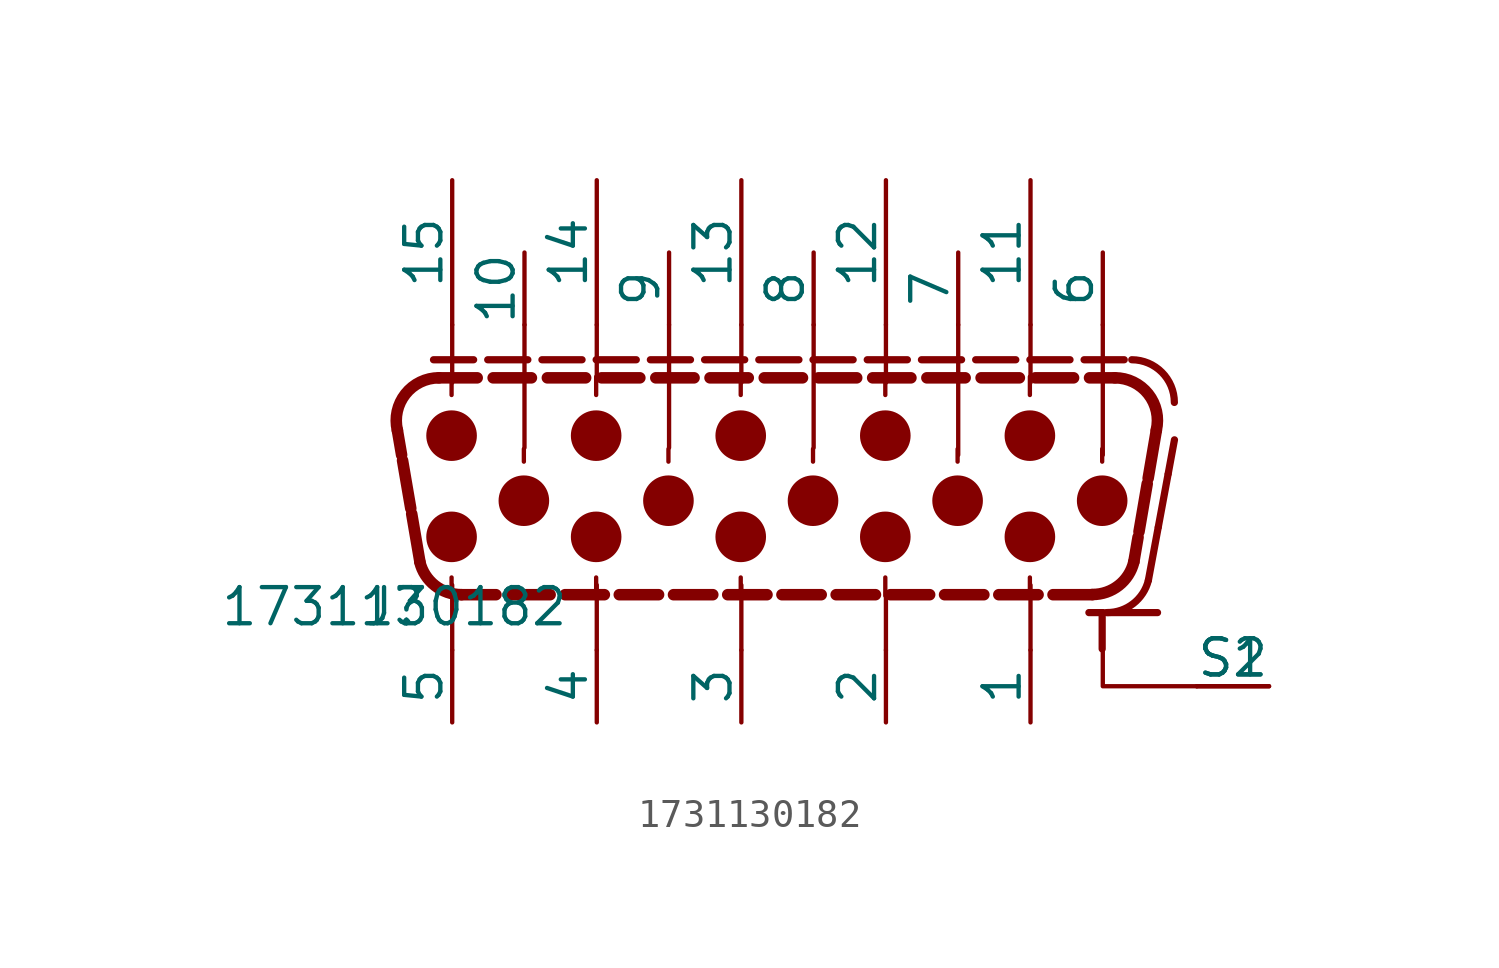
<source format=kicad_sym>
(kicad_symbol_lib
  (version 20231120)
  (generator "kicad_symbol_editor")
  (generator_version "8.0")
  (symbol "1731130182"
    (pin_numbers hide)
    (pin_names
      (offset 0))
    (property "Reference" "J"
      (at 0 0 0)
      (effects (font (size 1.27 1.27))))
    (property "Value" "1731130182"
      (at 0 0 0)
      (effects (font (size 1.27 1.27))))
    (symbol "1731130182_0_0"
      (polyline (pts (xy 0.254 5.334) (xy 0.106 6.199)) (stroke (width 0.406) (type default)) (fill (type none)))
      (polyline (pts (xy 0.576 3.456) (xy 0.287 5.14)) (stroke (width 0.406) (type default)) (fill (type none)))
      (polyline (pts (xy 0.897 1.579) (xy 0.609 3.263)) (stroke (width 0.406) (type default)) (fill (type none)))
      (polyline (pts (xy 1.375 8.678) (xy 2.785 8.678)) (stroke (width 0.254) (type default)) (fill (type none)))
      (polyline (pts (xy 1.566 8.043) (xy 2.91 8.043)) (stroke (width 0.406) (type default)) (fill (type none)))
      (polyline (pts (xy 2.01 0.384) (xy 2.01 1.028)) (stroke (width 0.152) (type default)) (fill (type none)))
      (polyline (pts (xy 2.01 2.288) (xy 2.01 1.663)) (stroke (width 0.152) (type default)) (fill (type none)))
      (polyline (pts (xy 2.01 6.178) (xy 2.01 6.803)) (stroke (width 0.152) (type default)) (fill (type none)))
      (polyline (pts (xy 2.01 8.084) (xy 2.01 7.439)) (stroke (width 0.152) (type default)) (fill (type none)))
      (polyline (pts (xy 3.28 8.678) (xy 4.69 8.678)) (stroke (width 0.254) (type default)) (fill (type none)))
      (polyline (pts (xy 3.471 8.043) (xy 4.815 8.043)) (stroke (width 0.406) (type default)) (fill (type none)))
      (polyline (pts (xy 3.568 0.423) (xy 2.357 0.423)) (stroke (width 0.406) (type default)) (fill (type none)))
      (polyline (pts (xy 4.55 3.639) (xy 4.55 4.463)) (stroke (width 0.152) (type default)) (fill (type none)))
      (polyline (pts (xy 4.55 5.543) (xy 4.55 5.098)) (stroke (width 0.152) (type default)) (fill (type none)))
      (polyline (pts (xy 5.185 8.678) (xy 6.595 8.678)) (stroke (width 0.254) (type default)) (fill (type none)))
      (polyline (pts (xy 5.376 8.043) (xy 6.72 8.043)) (stroke (width 0.406) (type default)) (fill (type none)))
      (polyline (pts (xy 5.473 0.423) (xy 4.093 0.423)) (stroke (width 0.406) (type default)) (fill (type none)))
      (polyline (pts (xy 7.09 0.384) (xy 7.09 1.028)) (stroke (width 0.152) (type default)) (fill (type none)))
      (polyline (pts (xy 7.09 2.288) (xy 7.09 1.663)) (stroke (width 0.152) (type default)) (fill (type none)))
      (polyline (pts (xy 7.09 6.178) (xy 7.09 6.803)) (stroke (width 0.152) (type default)) (fill (type none)))
      (polyline (pts (xy 7.09 8.084) (xy 7.09 7.439)) (stroke (width 0.152) (type default)) (fill (type none)))
      (polyline (pts (xy 7.09 8.678) (xy 8.5 8.678)) (stroke (width 0.254) (type default)) (fill (type none)))
      (polyline (pts (xy 7.281 8.043) (xy 8.625 8.043)) (stroke (width 0.406) (type default)) (fill (type none)))
      (polyline (pts (xy 7.378 0.423) (xy 5.998 0.423)) (stroke (width 0.406) (type default)) (fill (type none)))
      (polyline (pts (xy 8.995 8.678) (xy 10.405 8.678)) (stroke (width 0.254) (type default)) (fill (type none)))
      (polyline (pts (xy 9.186 8.043) (xy 10.53 8.043)) (stroke (width 0.406) (type default)) (fill (type none)))
      (polyline (pts (xy 9.283 0.423) (xy 7.903 0.423)) (stroke (width 0.406) (type default)) (fill (type none)))
      (polyline (pts (xy 9.63 3.639) (xy 9.63 4.463)) (stroke (width 0.152) (type default)) (fill (type none)))
      (polyline (pts (xy 9.63 5.543) (xy 9.63 5.098)) (stroke (width 0.152) (type default)) (fill (type none)))
      (polyline (pts (xy 10.9 8.678) (xy 12.31 8.678)) (stroke (width 0.254) (type default)) (fill (type none)))
      (polyline (pts (xy 11.091 8.043) (xy 12.435 8.043)) (stroke (width 0.406) (type default)) (fill (type none)))
      (polyline (pts (xy 11.188 0.423) (xy 9.808 0.423)) (stroke (width 0.406) (type default)) (fill (type none)))
      (polyline (pts (xy 12.17 0.384) (xy 12.17 1.028)) (stroke (width 0.152) (type default)) (fill (type none)))
      (polyline (pts (xy 12.17 2.288) (xy 12.17 1.663)) (stroke (width 0.152) (type default)) (fill (type none)))
      (polyline (pts (xy 12.17 6.178) (xy 12.17 6.803)) (stroke (width 0.152) (type default)) (fill (type none)))
      (polyline (pts (xy 12.17 8.084) (xy 12.17 7.439)) (stroke (width 0.152) (type default)) (fill (type none)))
      (polyline (pts (xy 12.805 8.678) (xy 14.215 8.678)) (stroke (width 0.254) (type default)) (fill (type none)))
      (polyline (pts (xy 12.996 8.043) (xy 14.34 8.043)) (stroke (width 0.406) (type default)) (fill (type none)))
      (polyline (pts (xy 13.093 0.423) (xy 11.713 0.423)) (stroke (width 0.406) (type default)) (fill (type none)))
      (polyline (pts (xy 14.71 3.639) (xy 14.71 4.463)) (stroke (width 0.152) (type default)) (fill (type none)))
      (polyline (pts (xy 14.71 5.543) (xy 14.71 5.098)) (stroke (width 0.152) (type default)) (fill (type none)))
      (polyline (pts (xy 14.71 8.678) (xy 16.12 8.678)) (stroke (width 0.254) (type default)) (fill (type none)))
      (polyline (pts (xy 14.901 8.043) (xy 16.245 8.043)) (stroke (width 0.406) (type default)) (fill (type none)))
      (polyline (pts (xy 14.998 0.423) (xy 13.618 0.423)) (stroke (width 0.406) (type default)) (fill (type none)))
      (polyline (pts (xy 16.615 8.678) (xy 18.025 8.678)) (stroke (width 0.254) (type default)) (fill (type none)))
      (polyline (pts (xy 16.806 8.043) (xy 18.15 8.043)) (stroke (width 0.406) (type default)) (fill (type none)))
      (polyline (pts (xy 16.903 0.423) (xy 15.523 0.423)) (stroke (width 0.406) (type default)) (fill (type none)))
      (polyline (pts (xy 17.25 0.384) (xy 17.25 1.028)) (stroke (width 0.152) (type default)) (fill (type none)))
      (polyline (pts (xy 17.25 2.288) (xy 17.25 1.663)) (stroke (width 0.152) (type default)) (fill (type none)))
      (polyline (pts (xy 17.25 6.178) (xy 17.25 6.803)) (stroke (width 0.152) (type default)) (fill (type none)))
      (polyline (pts (xy 17.25 8.084) (xy 17.25 7.439)) (stroke (width 0.152) (type default)) (fill (type none)))
      (polyline (pts (xy 18.52 8.678) (xy 19.93 8.678)) (stroke (width 0.254) (type default)) (fill (type none)))
      (polyline (pts (xy 18.711 8.043) (xy 20.055 8.043)) (stroke (width 0.406) (type default)) (fill (type none)))
      (polyline (pts (xy 18.808 0.423) (xy 17.428 0.423)) (stroke (width 0.406) (type default)) (fill (type none)))
      (polyline (pts (xy 19.79 3.639) (xy 19.79 4.463)) (stroke (width 0.152) (type default)) (fill (type none)))
      (polyline (pts (xy 19.79 5.543) (xy 19.79 5.098)) (stroke (width 0.152) (type default)) (fill (type none)))
      (polyline (pts (xy 20.425 8.678) (xy 21.835 8.678)) (stroke (width 0.254) (type default)) (fill (type none)))
      (polyline (pts (xy 20.616 8.043) (xy 21.96 8.043)) (stroke (width 0.406) (type default)) (fill (type none)))
      (polyline (pts (xy 20.713 0.423) (xy 19.333 0.423)) (stroke (width 0.406) (type default)) (fill (type none)))
      (polyline (pts (xy 22.33 0.384) (xy 22.33 1.028)) (stroke (width 0.152) (type default)) (fill (type none)))
      (polyline (pts (xy 22.33 2.288) (xy 22.33 1.663)) (stroke (width 0.152) (type default)) (fill (type none)))
      (polyline (pts (xy 22.33 6.178) (xy 22.33 6.803)) (stroke (width 0.152) (type default)) (fill (type none)))
      (polyline (pts (xy 22.33 8.084) (xy 22.33 7.439)) (stroke (width 0.152) (type default)) (fill (type none)))
      (polyline (pts (xy 22.33 8.678) (xy 23.74 8.678)) (stroke (width 0.254) (type default)) (fill (type none)))
      (polyline (pts (xy 22.521 8.043) (xy 23.865 8.043)) (stroke (width 0.406) (type default)) (fill (type none)))
      (polyline (pts (xy 22.618 0.423) (xy 21.238 0.423)) (stroke (width 0.406) (type default)) (fill (type none)))
      (polyline (pts (xy 24.235 8.678) (xy 25.645 8.678)) (stroke (width 0.254) (type default)) (fill (type none)))
      (polyline (pts (xy 24.426 8.043) (xy 25.314 8.043)) (stroke (width 0.406) (type default)) (fill (type none)))
      (polyline (pts (xy 24.523 0.423) (xy 23.143 0.423)) (stroke (width 0.406) (type default)) (fill (type none)))
      (polyline (pts (xy 24.87 -0.211) (xy 24.87 -1.482)) (stroke (width 0.254) (type default)) (fill (type none)))
      (polyline (pts (xy 24.87 3.639) (xy 24.87 4.463)) (stroke (width 0.152) (type default)) (fill (type none)))
      (polyline (pts (xy 24.87 5.543) (xy 24.87 5.098)) (stroke (width 0.152) (type default)) (fill (type none)))
      (polyline (pts (xy 24.91 -0.206) (xy 24.404 -0.206)) (stroke (width 0.254) (type default)) (fill (type none)))
      (polyline (pts (xy 26.131 2.443) (xy 25.983 1.579)) (stroke (width 0.406) (type default)) (fill (type none)))
      (polyline (pts (xy 26.453 4.321) (xy 26.164 2.637)) (stroke (width 0.406) (type default)) (fill (type none)))
      (polyline (pts (xy 26.494 0.93) (xy 26.836 2.772)) (stroke (width 0.254) (type default)) (fill (type none)))
      (polyline (pts (xy 26.774 6.199) (xy 26.486 4.515)) (stroke (width 0.406) (type default)) (fill (type none)))
      (polyline (pts (xy 26.815 -0.206) (xy 25.039 -0.206)) (stroke (width 0.254) (type default)) (fill (type none)))
      (polyline (pts (xy 26.842 2.803) (xy 27.184 4.645)) (stroke (width 0.254) (type default)) (fill (type none)))
      (polyline (pts (xy 27.19 4.676) (xy 27.41 5.864)) (stroke (width 0.254) (type default)) (fill (type none)))
      (arc (start 0.8972 1.5787) (mid 1.4262 0.7473) (end 2.357 0.4235) (stroke (width 0.4064) (type default)) (fill (type none)))
      (arc (start 1.5657 8.0435) (mid 0.3895 7.4743) (end 0.1059 6.1987) (stroke (width 0.4064) (type default)) (fill (type none)))
      (arc (start 24.5231 0.4235) (mid 25.4539 0.7472) (end 25.983 1.5787) (stroke (width 0.4064) (type default)) (fill (type none)))
      (arc (start 25.0389 -0.2065) (mid 25.9626 0.1107) (end 26.4941 0.9297) (stroke (width 0.254) (type default)) (fill (type none)))
      (arc (start 26.7743 6.1987) (mid 26.4907 7.4744) (end 25.3145 8.0435) (stroke (width 0.4064) (type default)) (fill (type none)))
      (arc (start 27.4101 7.1785) (mid 26.9708 8.2392) (end 25.9101 8.6785) (stroke (width 0.254) (type default)) (fill (type none))))
    (symbol "1731130182_1_0"
      (polyline (pts (xy 2.032 0.762) (xy 2.032 -1.524)) (stroke (width 0) (type default)) (fill (type none)))
      (polyline (pts (xy 2.032 7.874) (xy 2.032 9.906)) (stroke (width 0) (type default)) (fill (type none)))
      (polyline (pts (xy 4.572 5.588) (xy 4.572 9.906)) (stroke (width 0) (type default)) (fill (type none)))
      (polyline (pts (xy 7.112 0.762) (xy 7.112 -1.524)) (stroke (width 0) (type default)) (fill (type none)))
      (polyline (pts (xy 7.112 8.128) (xy 7.112 9.906)) (stroke (width 0) (type default)) (fill (type none)))
      (polyline (pts (xy 9.652 5.588) (xy 9.652 9.906)) (stroke (width 0) (type default)) (fill (type none)))
      (polyline (pts (xy 12.192 0.762) (xy 12.192 -1.524)) (stroke (width 0) (type default)) (fill (type none)))
      (polyline (pts (xy 12.192 7.874) (xy 12.192 9.906)) (stroke (width 0) (type default)) (fill (type none)))
      (polyline (pts (xy 14.732 5.588) (xy 14.732 9.906)) (stroke (width 0) (type default)) (fill (type none)))
      (polyline (pts (xy 17.272 0.508) (xy 17.272 -1.524)) (stroke (width 0) (type default)) (fill (type none)))
      (polyline (pts (xy 17.272 7.874) (xy 17.272 9.906)) (stroke (width 0) (type default)) (fill (type none)))
      (polyline (pts (xy 19.812 5.334) (xy 19.812 9.906)) (stroke (width 0) (type default)) (fill (type none)))
      (polyline (pts (xy 22.352 0.762) (xy 22.352 -1.524)) (stroke (width 0) (type default)) (fill (type none)))
      (polyline (pts (xy 22.352 7.874) (xy 22.352 9.906)) (stroke (width 0) (type default)) (fill (type none)))
      (polyline (pts (xy 24.892 5.334) (xy 24.892 9.906)) (stroke (width 0) (type default)) (fill (type none)))
      (polyline (pts (xy 24.892 -1.27) (xy 24.892 -2.794) (xy 28.194 -2.794)) (stroke (width 0) (type default)) (fill (type none)))
      (circle (center 2.01 2.455) (radius 0.762) (stroke (width 0.254) (type default)) (fill (type outline)))
      (circle (center 2.01 6.011) (radius 0.762) (stroke (width 0.254) (type default)) (fill (type outline)))
      (circle (center 4.55 3.725) (radius 0.762) (stroke (width 0.254) (type default)) (fill (type outline)))
      (circle (center 7.09 2.455) (radius 0.762) (stroke (width 0.254) (type default)) (fill (type outline)))
      (circle (center 7.09 6.011) (radius 0.762) (stroke (width 0.254) (type default)) (fill (type outline)))
      (circle (center 9.63 3.725) (radius 0.762) (stroke (width 0.254) (type default)) (fill (type outline)))
      (circle (center 12.17 2.455) (radius 0.762) (stroke (width 0.254) (type default)) (fill (type outline)))
      (circle (center 12.17 6.011) (radius 0.762) (stroke (width 0.254) (type default)) (fill (type outline)))
      (circle (center 14.71 3.725) (radius 0.762) (stroke (width 0.254) (type default)) (fill (type outline)))
      (circle (center 17.25 2.455) (radius 0.762) (stroke (width 0.254) (type default)) (fill (type outline)))
      (circle (center 17.25 6.011) (radius 0.762) (stroke (width 0.254) (type default)) (fill (type outline)))
      (circle (center 19.79 3.725) (radius 0.762) (stroke (width 0.254) (type default)) (fill (type outline)))
      (circle (center 22.33 2.455) (radius 0.762) (stroke (width 0.254) (type default)) (fill (type outline)))
      (circle (center 22.33 6.011) (radius 0.762) (stroke (width 0.254) (type default)) (fill (type outline)))
      (circle (center 24.87 3.725) (radius 0.762) (stroke (width 0.254) (type default)) (fill (type outline))))
    (symbol "1731130182_1_1"
      (pin input line (at 22.352 -4.064 90) (length 2.54) (name "1" (effects (font (size 1.27 1.27)))) (number "1" (effects (font (size 1.27 1.27)))))
      (pin input line (at 4.572 12.446 270) (length 2.54) (name "10" (effects (font (size 1.27 1.27)))) (number "10" (effects (font (size 1.27 1.27)))))
      (pin input line (at 22.352 14.986 270) (length 5.08) (name "11" (effects (font (size 1.27 1.27)))) (number "11" (effects (font (size 1.27 1.27)))))
      (pin input line (at 17.272 14.986 270) (length 5.08) (name "12" (effects (font (size 1.27 1.27)))) (number "12" (effects (font (size 1.27 1.27)))))
      (pin input line (at 12.192 14.986 270) (length 5.08) (name "13" (effects (font (size 1.27 1.27)))) (number "13" (effects (font (size 1.27 1.27)))))
      (pin input line (at 7.112 14.986 270) (length 5.08) (name "14" (effects (font (size 1.27 1.27)))) (number "14" (effects (font (size 1.27 1.27)))))
      (pin input line (at 2.032 14.986 270) (length 5.08) (name "15" (effects (font (size 1.27 1.27)))) (number "15" (effects (font (size 1.27 1.27)))))
      (pin input line (at 17.272 -4.064 90) (length 2.54) (name "2" (effects (font (size 1.27 1.27)))) (number "2" (effects (font (size 1.27 1.27)))))
      (pin input line (at 12.192 -4.064 90) (length 2.54) (name "3" (effects (font (size 1.27 1.27)))) (number "3" (effects (font (size 1.27 1.27)))))
      (pin input line (at 7.112 -4.064 90) (length 2.54) (name "4" (effects (font (size 1.27 1.27)))) (number "4" (effects (font (size 1.27 1.27)))))
      (pin input line (at 2.032 -4.064 90) (length 2.54) (name "5" (effects (font (size 1.27 1.27)))) (number "5" (effects (font (size 1.27 1.27)))))
      (pin input line (at 24.892 12.446 270) (length 2.54) (name "6" (effects (font (size 1.27 1.27)))) (number "6" (effects (font (size 1.27 1.27)))))
      (pin input line (at 19.812 12.446 270) (length 2.54) (name "7" (effects (font (size 1.27 1.27)))) (number "7" (effects (font (size 1.27 1.27)))))
      (pin input line (at 14.732 12.446 270) (length 2.54) (name "8" (effects (font (size 1.27 1.27)))) (number "8" (effects (font (size 1.27 1.27)))))
      (pin input line (at 9.652 12.446 270) (length 2.54) (name "9" (effects (font (size 1.27 1.27)))) (number "9" (effects (font (size 1.27 1.27)))))
      (pin input line (at 30.734 -2.794 180) (length 2.54) (name "S1" (effects (font (size 1.27 1.27)))) (number "S1" (effects (font (size 1.27 1.27)))))
      (pin input line (at 30.734 -2.794 180) (length 2.54) (name "S2" (effects (font (size 1.27 1.27)))) (number "S2" (effects (font (size 1.27 1.27))))))))
</source>
